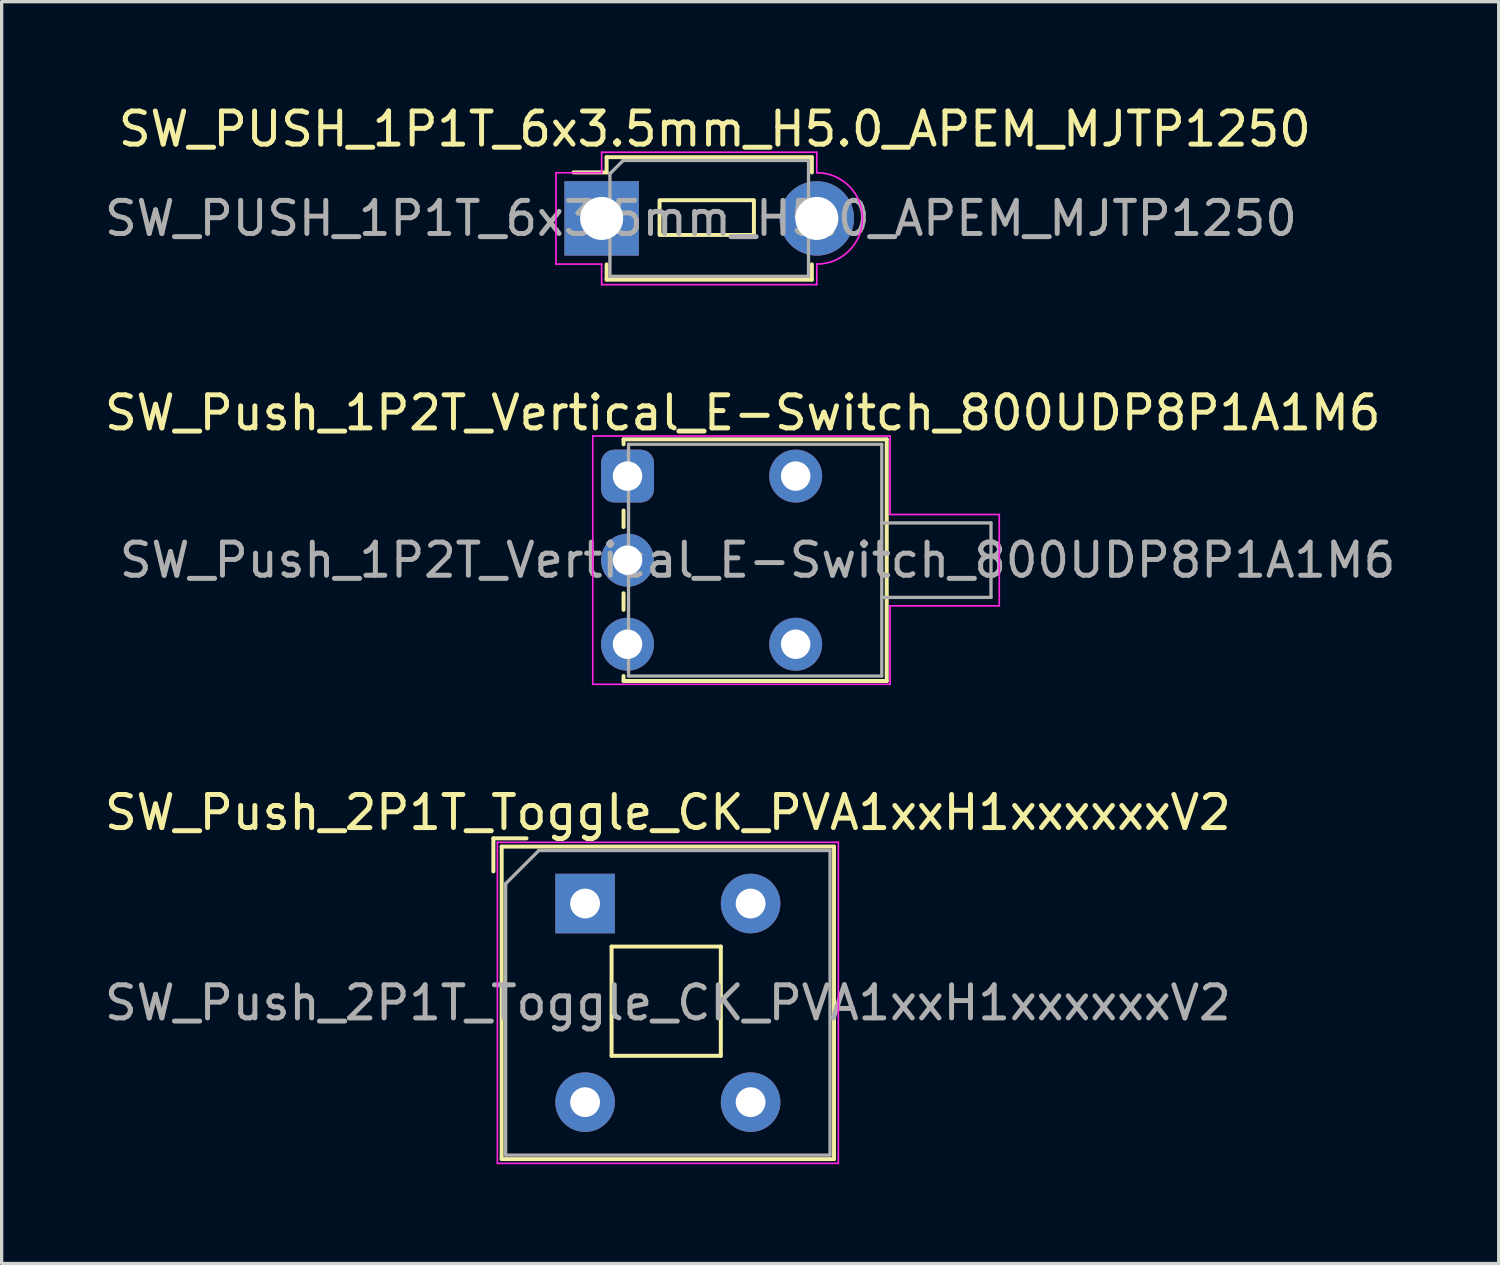
<source format=kicad_pcb>
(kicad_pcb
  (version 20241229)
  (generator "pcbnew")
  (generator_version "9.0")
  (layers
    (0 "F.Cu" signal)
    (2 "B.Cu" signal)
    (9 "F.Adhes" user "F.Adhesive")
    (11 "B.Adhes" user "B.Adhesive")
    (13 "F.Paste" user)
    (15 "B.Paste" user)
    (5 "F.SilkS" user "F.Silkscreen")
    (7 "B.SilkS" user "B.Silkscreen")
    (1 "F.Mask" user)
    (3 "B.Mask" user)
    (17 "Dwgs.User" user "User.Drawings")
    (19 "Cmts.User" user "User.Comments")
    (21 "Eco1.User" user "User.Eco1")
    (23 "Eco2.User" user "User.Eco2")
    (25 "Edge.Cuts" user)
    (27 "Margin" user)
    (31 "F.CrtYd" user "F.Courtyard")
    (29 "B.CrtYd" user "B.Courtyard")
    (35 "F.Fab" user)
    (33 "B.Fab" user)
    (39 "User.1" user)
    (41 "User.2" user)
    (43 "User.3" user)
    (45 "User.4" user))
  (footprint "SW_Push_2P1T_Toggle_CK_PVA1xxH1xxxxxxV2"
    (layer "F.Cu")
    (at 14.625 24.245)
    (property "Reference" "SW_Push_2P1T_Toggle_CK_PVA1xxH1xxxxxxV2" (at 2.5 -2.75 0) (layer "F.SilkS") (effects (font (size 1 1) (thickness 0.15))))
    (attr through_hole)
    (fp_line (start -2.77 -0.97) (end -2.77 -1.97) (stroke (width 0.12) (type solid)) (layer "F.SilkS"))
    (fp_line (start -2.52 7.72) (end -2.52 -1.72) (stroke (width 0.12) (type solid)) (layer "F.SilkS"))
    (fp_line (start -1.77 -1.97) (end -2.77 -1.97) (stroke (width 0.12) (type solid)) (layer "F.SilkS"))
    (fp_line (start 0.8 1.3) (end 0.8 4.6) (stroke (width 0.12) (type solid)) (layer "F.SilkS"))
    (fp_line (start 4.1 1.3) (end 0.8 1.3) (stroke (width 0.12) (type solid)) (layer "F.SilkS"))
    (fp_line (start 4.1 1.3) (end 4.1 4.6) (stroke (width 0.12) (type solid)) (layer "F.SilkS"))
    (fp_line (start 4.1 4.6) (end 0.8 4.6) (stroke (width 0.12) (type solid)) (layer "F.SilkS"))
    (fp_line (start 7.52 -1.72) (end -2.52 -1.72) (stroke (width 0.12) (type solid)) (layer "F.SilkS"))
    (fp_line (start 7.52 7.72) (end -2.52 7.72) (stroke (width 0.12) (type solid)) (layer "F.SilkS"))
    (fp_line (start 7.52 7.72) (end 7.52 -1.72) (stroke (width 0.12) (type solid)) (layer "F.SilkS"))
    (fp_line (start -2.65 -1.85) (end 7.65 -1.85) (stroke (width 0.05) (type solid)) (layer "F.CrtYd"))
    (fp_line (start -2.65 7.85) (end -2.65 -1.85) (stroke (width 0.05) (type solid)) (layer "F.CrtYd"))
    (fp_line (start -2.65 7.85) (end 7.65 7.85) (stroke (width 0.05) (type solid)) (layer "F.CrtYd"))
    (fp_line (start 7.65 -1.85) (end 7.65 7.85) (stroke (width 0.05) (type solid)) (layer "F.CrtYd"))
    (fp_line (start -2.4 -0.6) (end -1.4 -1.6) (stroke (width 0.1) (type solid)) (layer "F.Fab"))
    (fp_line (start -2.4 7.6) (end -2.4 -0.6) (stroke (width 0.1) (type solid)) (layer "F.Fab"))
    (fp_line (start -1.4 -1.6) (end 7.4 -1.6) (stroke (width 0.1) (type solid)) (layer "F.Fab"))
    (fp_line (start 7.4 -1.6) (end 7.4 7.6) (stroke (width 0.1) (type solid)) (layer "F.Fab"))
    (fp_line (start 7.4 7.6) (end -2.4 7.6) (stroke (width 0.1) (type solid)) (layer "F.Fab"))
    (fp_text user "${REFERENCE}" (at 2.5 3 0) (layer "F.Fab") (effects (font (size 1 1) (thickness 0.15))))
    (pad "1" thru_hole rect (at 0 0) (size 1.8 1.8) (drill 0.9) (layers "*.Cu" "*.Mask"))
    (pad "2" thru_hole circle (at 5 0) (size 1.8 1.8) (drill 0.9) (layers "*.Cu" "*.Mask"))
    (pad "3" thru_hole circle (at 0 6) (size 1.8 1.8) (drill 0.9) (layers "*.Cu" "*.Mask"))
    (pad "4" thru_hole circle (at 5 6) (size 1.8 1.8) (drill 0.9) (layers "*.Cu" "*.Mask")))
  (footprint "SW_Push_1P2T_Vertical_E-Switch_800UDP8P1A1M6"
    (layer "F.Cu")
    (at 15.907 11.332)
    (property "Reference" "SW_Push_1P2T_Vertical_E-Switch_800UDP8P1A1M6" (at 3.48 -1.91 180) (layer "F.SilkS") (effects (font (size 1 1) (thickness 0.15))))
    (attr through_hole)
    (fp_line (start -0.12 -1.11) (end -0.12 -0.96) (stroke (width 0.12) (type solid)) (layer "F.SilkS"))
    (fp_line (start -0.12 1.54) (end -0.12 1.04) (stroke (width 0.12) (type solid)) (layer "F.SilkS"))
    (fp_line (start -0.12 4.04) (end -0.12 3.54) (stroke (width 0.12) (type solid)) (layer "F.SilkS"))
    (fp_line (start -0.12 6.19) (end -0.12 6.04) (stroke (width 0.12) (type solid)) (layer "F.SilkS"))
    (fp_line (start -0.12 6.19) (end 7.83 6.19) (stroke (width 0.12) (type solid)) (layer "F.SilkS"))
    (fp_line (start 7.83 -1.11) (end -0.12 -1.11) (stroke (width 0.12) (type solid)) (layer "F.SilkS"))
    (fp_line (start 7.83 6.19) (end 7.83 -1.11) (stroke (width 0.12) (type solid)) (layer "F.SilkS"))
    (fp_line (start -1.05 -1.21) (end 7.93 -1.21) (stroke (width 0.05) (type solid)) (layer "F.CrtYd"))
    (fp_line (start -1.05 6.29) (end -1.05 -1.21) (stroke (width 0.05) (type solid)) (layer "F.CrtYd"))
    (fp_line (start 7.93 -1.21) (end 7.93 1.16) (stroke (width 0.05) (type solid)) (layer "F.CrtYd"))
    (fp_line (start 7.93 1.16) (end 11.23 1.16) (stroke (width 0.05) (type solid)) (layer "F.CrtYd"))
    (fp_line (start 7.93 3.92) (end 7.93 6.29) (stroke (width 0.05) (type solid)) (layer "F.CrtYd"))
    (fp_line (start 7.93 6.29) (end -1.05 6.29) (stroke (width 0.05) (type solid)) (layer "F.CrtYd"))
    (fp_line (start 11.23 1.16) (end 11.23 3.92) (stroke (width 0.05) (type solid)) (layer "F.CrtYd"))
    (fp_line (start 11.23 3.92) (end 7.93 3.92) (stroke (width 0.05) (type solid)) (layer "F.CrtYd"))
    (fp_line (start 0.03 -0.96) (end 7.68 -0.96) (stroke (width 0.1) (type solid)) (layer "F.Fab"))
    (fp_line (start 0.03 6.04) (end 0.03 -0.96) (stroke (width 0.1) (type solid)) (layer "F.Fab"))
    (fp_line (start 7.68 -0.96) (end 7.68 6.04) (stroke (width 0.1) (type solid)) (layer "F.Fab"))
    (fp_line (start 7.68 6.04) (end 0.03 6.04) (stroke (width 0.1) (type solid)) (layer "F.Fab"))
    (fp_line (start 10.98 1.415) (end 7.68 1.415) (stroke (width 0.1) (type solid)) (layer "F.Fab"))
    (fp_line (start 10.98 3.665) (end 7.68 3.665) (stroke (width 0.1) (type solid)) (layer "F.Fab"))
    (fp_line (start 10.98 3.665) (end 10.98 1.415) (stroke (width 0.1) (type solid)) (layer "F.Fab"))
    (fp_text user "${REFERENCE}" (at 3.93 2.54 180) (layer "F.Fab") (effects (font (size 1 1) (thickness 0.15))))
    (pad "" thru_hole circle (at 5.08 0 180) (size 1.6 1.6) (drill 0.89) (layers "*.Cu" "*.Mask"))
    (pad "" thru_hole circle (at 5.08 5.08 180) (size 1.6 1.6) (drill 0.89) (layers "*.Cu" "*.Mask"))
    (pad "1" thru_hole roundrect (at 0 0 180) (size 1.6 1.6) (drill 0.89) (layers "*.Cu" "*.Mask") (roundrect_rratio 0.25))
    (pad "2" thru_hole circle (at 0 2.54 180) (size 1.6 1.6) (drill 0.89) (layers "*.Cu" "*.Mask"))
    (pad "3" thru_hole circle (at 0 5.08 180) (size 1.6 1.6) (drill 0.89) (layers "*.Cu" "*.Mask")))
  (footprint "SW_PUSH_1P1T_6x3.5mm_H5.0_APEM_MJTP1250"
    (layer "F.Cu")
    (at 15.125 3.548)
    (property "Reference" "SW_PUSH_1P1T_6x3.5mm_H5.0_APEM_MJTP1250" (at 3.42 -2.7 0) (layer "F.SilkS") (effects (font (size 1 1) (thickness 0.15))))
    (attr through_hole)
    (fp_line (start 0.15 -1.85) (end 0.15 -1.39) (stroke (width 0.12) (type default)) (layer "F.SilkS"))
    (fp_line (start 0.15 -1.39) (end -0.85 -1.39) (stroke (width 0.12) (type default)) (layer "F.SilkS"))
    (fp_line (start 0.15 1.39) (end 0.15 1.85) (stroke (width 0.12) (type solid)) (layer "F.SilkS"))
    (fp_line (start 0.15 1.85) (end 6.35 1.85) (stroke (width 0.12) (type solid)) (layer "F.SilkS"))
    (fp_line (start 6.35 -1.85) (end 0.15 -1.85) (stroke (width 0.12) (type solid)) (layer "F.SilkS"))
    (fp_line (start 6.35 -1.85) (end 6.35 -1.39) (stroke (width 0.12) (type solid)) (layer "F.SilkS"))
    (fp_line (start 6.35 1.39) (end 6.35 1.85) (stroke (width 0.12) (type solid)) (layer "F.SilkS"))
    (fp_rect (start 1.75 -0.55) (end 4.6 0.5) (stroke (width 0.12) (type default)) (fill no) (layer "F.SilkS"))
    (fp_line (start -1.38 -1.38) (end 0 -1.38) (stroke (width 0.05) (type default)) (layer "F.CrtYd"))
    (fp_line (start -1.38 1.38) (end -1.38 -1.38) (stroke (width 0.05) (type solid)) (layer "F.CrtYd"))
    (fp_line (start -1.38 1.38) (end 0 1.38) (stroke (width 0.05) (type default)) (layer "F.CrtYd"))
    (fp_line (start 0 -2) (end 0 -1.38) (stroke (width 0.05) (type default)) (layer "F.CrtYd"))
    (fp_line (start 0 -2) (end 6.5 -2) (stroke (width 0.05) (type solid)) (layer "F.CrtYd"))
    (fp_line (start 0 1.38) (end 0 2) (stroke (width 0.05) (type default)) (layer "F.CrtYd"))
    (fp_line (start 6.5 -2) (end 6.5 -1.38) (stroke (width 0.05) (type default)) (layer "F.CrtYd"))
    (fp_line (start 6.5 1.38) (end 6.5 2) (stroke (width 0.05) (type default)) (layer "F.CrtYd"))
    (fp_line (start 6.5 2) (end 0 2) (stroke (width 0.05) (type solid)) (layer "F.CrtYd"))
    (fp_arc (start 6.5 -1.38) (mid 7.88 0) (end 6.5 1.38) (stroke (width 0.05) (type default)) (layer "F.CrtYd"))
    (fp_line (start 0.25 1.75) (end 0.25 -1.35) (stroke (width 0.1) (type solid)) (layer "F.Fab"))
    (fp_line (start 0.65 -1.75) (end 0.25 -1.35) (stroke (width 0.1) (type default)) (layer "F.Fab"))
    (fp_line (start 0.65 -1.75) (end 6.25 -1.75) (stroke (width 0.1) (type solid)) (layer "F.Fab"))
    (fp_line (start 6.25 -1.75) (end 6.25 1.75) (stroke (width 0.1) (type solid)) (layer "F.Fab"))
    (fp_line (start 6.25 1.75) (end 0.25 1.75) (stroke (width 0.1) (type solid)) (layer "F.Fab"))
    (fp_text user "${REFERENCE}" (at 3 0 0) (layer "F.Fab") (effects (font (size 1 1) (thickness 0.15))))
    (pad "1" thru_hole rect (at 0 0 90) (size 2.25 2.25) (drill 1.3) (layers "*.Cu" "*.Mask"))
    (pad "2" thru_hole circle (at 6.5 0 90) (size 2.25 2.25) (drill 1.3) (layers "*.Cu" "*.Mask")))
  (gr_rect
    (start -3 -3)
    (end 42.224 35.12)
    (stroke (width 0.1) (type default))
    (fill no)
    (layer "Edge.Cuts")))
</source>
